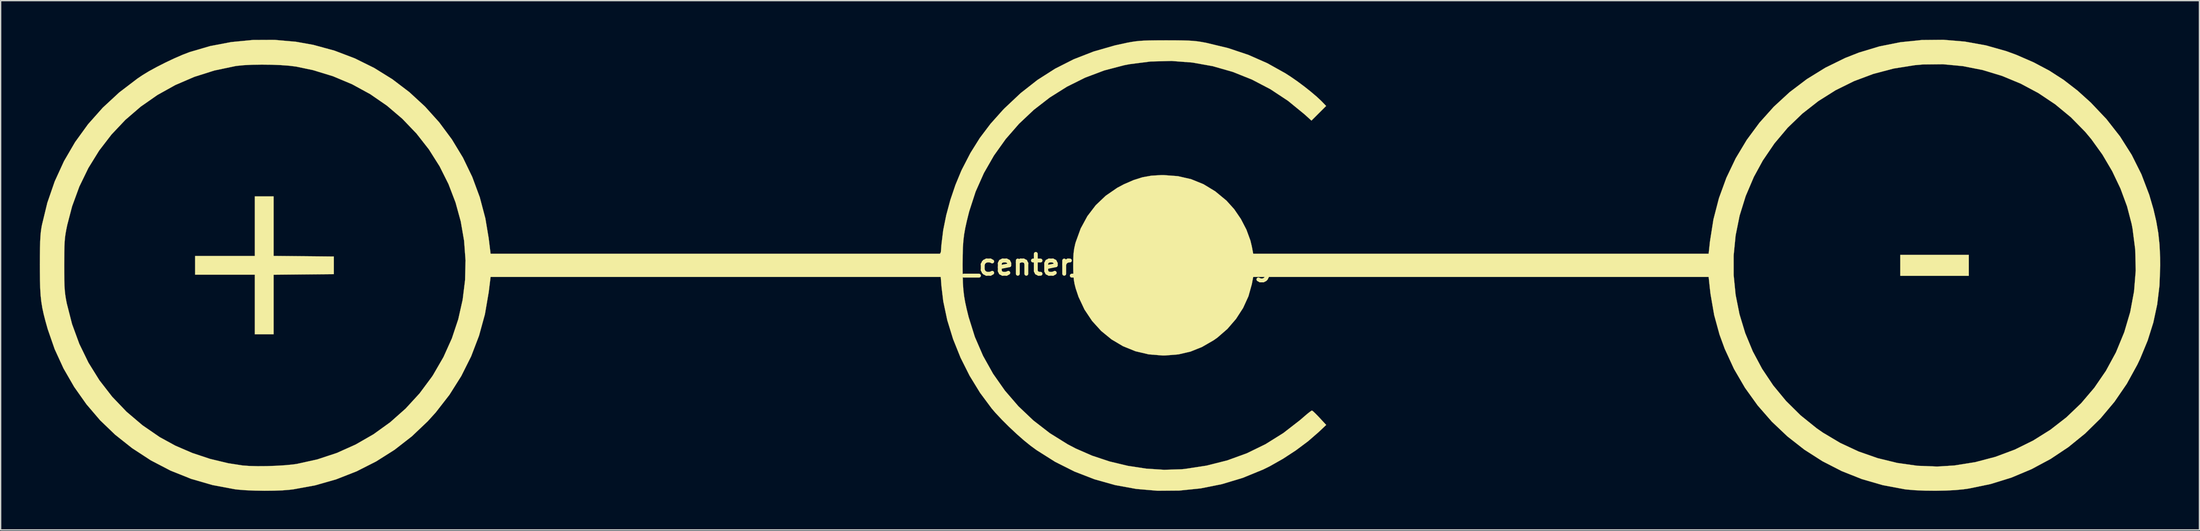
<source format=kicad_pcb>
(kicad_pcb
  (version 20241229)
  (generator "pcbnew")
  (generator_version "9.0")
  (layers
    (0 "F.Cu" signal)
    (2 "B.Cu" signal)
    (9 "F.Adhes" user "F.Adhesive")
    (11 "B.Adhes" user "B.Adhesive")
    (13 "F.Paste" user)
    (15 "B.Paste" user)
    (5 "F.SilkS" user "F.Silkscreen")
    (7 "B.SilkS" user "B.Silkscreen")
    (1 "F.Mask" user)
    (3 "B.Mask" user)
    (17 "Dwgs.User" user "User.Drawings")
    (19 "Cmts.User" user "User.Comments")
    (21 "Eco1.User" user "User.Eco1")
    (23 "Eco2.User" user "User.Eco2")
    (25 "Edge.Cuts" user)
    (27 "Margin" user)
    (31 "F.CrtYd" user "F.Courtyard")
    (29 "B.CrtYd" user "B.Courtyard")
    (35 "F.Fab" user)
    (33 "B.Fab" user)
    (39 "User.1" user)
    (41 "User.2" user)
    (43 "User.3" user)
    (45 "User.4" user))
  (footprint "dc_center_negative_big"
    (layer "F.Cu")
    (at 81.243 17.271)
    (property "Reference" "dc_center_negative_big" (at 0 0 0) (layer "F.SilkS") (effects (font (size 1.524 1.524) (thickness 0.3))))
    (attr through_hole)
    (fp_poly (pts (xy 66.548 0.847) (xy 61.299 0.847) (xy 61.299 -0.762) (xy 66.548 -0.762) (xy 66.548 0.847)) (stroke (width 0.01) (type solid)) (fill yes) (layer "F.SilkS"))
    (fp_poly (pts (xy -63.331 -0.68) (xy -61.023 -0.658) (xy -58.716 -0.635) (xy -58.716 0.72) (xy -61.023 0.742) (xy -63.331 0.765) (xy -63.331 5.334) (xy -64.77 5.334) (xy -64.77 0.762) (xy -69.342 0.762) (xy -69.342 -0.677) (xy -64.77 -0.677) (xy -64.77 -5.249) (xy -63.331 -5.249) (xy -63.331 -0.68)) (stroke (width 0.01) (type solid)) (fill yes) (layer "F.SilkS"))
    (fp_poly (pts (xy 66.245 -17.129) (xy 67.855 -16.839) (xy 69.417 -16.397) (xy 70.189 -16.114) (xy 71.511 -15.538) (xy 72.706 -14.905) (xy 73.814 -14.191) (xy 74.875 -13.37) (xy 75.895 -12.448) (xy 77.091 -11.184) (xy 78.135 -9.849) (xy 79.028 -8.437) (xy 79.773 -6.945) (xy 80.373 -5.368) (xy 80.691 -4.28) (xy 80.909 -3.343) (xy 81.064 -2.45) (xy 81.16 -1.543) (xy 81.206 -0.563) (xy 81.213 0.042) (xy 81.157 1.588) (xy 80.983 3.041) (xy 80.684 4.439) (xy 80.25 5.818) (xy 79.673 7.216) (xy 79.462 7.662) (xy 78.653 9.136) (xy 77.711 10.513) (xy 76.645 11.785) (xy 75.466 12.946) (xy 74.183 13.989) (xy 72.808 14.906) (xy 71.348 15.689) (xy 69.816 16.333) (xy 68.221 16.828) (xy 66.573 17.169) (xy 66.154 17.23) (xy 65.526 17.291) (xy 64.789 17.329) (xy 63.997 17.344) (xy 63.2 17.336) (xy 62.452 17.304) (xy 61.804 17.25) (xy 61.637 17.229) (xy 59.967 16.916) (xy 58.355 16.449) (xy 56.809 15.834) (xy 55.337 15.078) (xy 53.949 14.189) (xy 52.653 13.174) (xy 51.457 12.04) (xy 50.37 10.794) (xy 49.401 9.443) (xy 48.558 7.995) (xy 47.85 6.456) (xy 47.448 5.356) (xy 47.04 3.862) (xy 46.763 2.263) (xy 46.718 1.884) (xy 46.615 0.931) (xy 11.723 0.931) (xy 11.616 1.494) (xy 11.358 2.417) (xy 10.949 3.314) (xy 10.405 4.157) (xy 9.745 4.923) (xy 8.987 5.583) (xy 8.689 5.794) (xy 7.804 6.306) (xy 6.917 6.664) (xy 5.99 6.878) (xy 4.987 6.96) (xy 4.784 6.962) (xy 3.718 6.876) (xy 2.701 6.636) (xy 1.746 6.249) (xy 0.866 5.726) (xy 0.072 5.076) (xy -0.622 4.31) (xy -1.204 3.436) (xy -1.661 2.464) (xy -1.876 1.82) (xy -1.965 1.472) (xy -2.022 1.134) (xy -2.055 0.756) (xy -2.068 0.283) (xy -2.069 0.042) (xy -2.062 -0.486) (xy -2.049 -0.726) (xy 48.532 -0.726) (xy 48.533 0.799) (xy 48.683 2.309) (xy 48.979 3.794) (xy 49.418 5.243) (xy 49.997 6.644) (xy 50.713 7.986) (xy 51.563 9.259) (xy 52.545 10.45) (xy 53.654 11.55) (xy 54.888 12.546) (xy 55.372 12.883) (xy 56.7 13.675) (xy 58.105 14.33) (xy 59.57 14.843) (xy 61.074 15.21) (xy 62.598 15.425) (xy 64.122 15.484) (xy 65.43 15.404) (xy 67.039 15.148) (xy 68.59 14.739) (xy 70.073 14.184) (xy 71.48 13.489) (xy 72.802 12.66) (xy 74.029 11.705) (xy 75.153 10.629) (xy 76.164 9.439) (xy 77.053 8.14) (xy 77.812 6.741) (xy 77.837 6.686) (xy 78.458 5.175) (xy 78.915 3.625) (xy 79.209 2.045) (xy 79.337 0.445) (xy 79.299 -1.166) (xy 79.093 -2.777) (xy 79.025 -3.133) (xy 78.672 -4.487) (xy 78.17 -5.848) (xy 77.535 -7.182) (xy 76.784 -8.459) (xy 75.932 -9.645) (xy 75.456 -10.214) (xy 74.367 -11.323) (xy 73.171 -12.312) (xy 71.884 -13.174) (xy 70.518 -13.904) (xy 69.09 -14.497) (xy 67.614 -14.945) (xy 66.104 -15.245) (xy 64.574 -15.39) (xy 63.04 -15.374) (xy 62.417 -15.32) (xy 60.799 -15.062) (xy 59.242 -14.652) (xy 57.755 -14.095) (xy 56.345 -13.397) (xy 55.022 -12.563) (xy 53.794 -11.601) (xy 52.669 -10.516) (xy 51.657 -9.313) (xy 50.764 -7.999) (xy 50.079 -6.742) (xy 49.454 -5.273) (xy 48.989 -3.773) (xy 48.683 -2.253) (xy 48.532 -0.726) (xy -2.049 -0.726) (xy -2.039 -0.898) (xy -1.992 -1.246) (xy -1.918 -1.584) (xy -1.876 -1.736) (xy -1.496 -2.784) (xy -0.982 -3.732) (xy -0.34 -4.573) (xy 0.426 -5.301) (xy 1.31 -5.91) (xy 1.82 -6.181) (xy 2.557 -6.501) (xy 3.235 -6.715) (xy 3.916 -6.838) (xy 4.662 -6.883) (xy 4.868 -6.883) (xy 5.951 -6.802) (xy 6.964 -6.57) (xy 7.915 -6.183) (xy 8.813 -5.637) (xy 9.667 -4.93) (xy 9.68 -4.917) (xy 10.263 -4.27) (xy 10.779 -3.514) (xy 11.202 -2.697) (xy 11.507 -1.865) (xy 11.616 -1.41) (xy 11.723 -0.847) (xy 46.615 -0.847) (xy 46.718 -1.799) (xy 46.983 -3.482) (xy 47.404 -5.111) (xy 47.975 -6.676) (xy 48.687 -8.169) (xy 49.534 -9.581) (xy 50.51 -10.904) (xy 51.607 -12.129) (xy 52.818 -13.246) (xy 54.137 -14.247) (xy 55.556 -15.124) (xy 57.069 -15.868) (xy 58.124 -16.284) (xy 59.697 -16.76) (xy 61.314 -17.082) (xy 62.956 -17.251) (xy 64.606 -17.266) (xy 66.245 -17.129)) (stroke (width 0.01) (type solid)) (fill yes) (layer "F.SilkS"))
    (fp_poly (pts (xy -61.617 -17.116) (xy -60.296 -16.88) (xy -58.664 -16.434) (xy -57.103 -15.839) (xy -55.622 -15.105) (xy -54.228 -14.238) (xy -52.928 -13.248) (xy -51.731 -12.144) (xy -50.642 -10.932) (xy -49.671 -9.622) (xy -48.824 -8.222) (xy -48.11 -6.74) (xy -47.535 -5.185) (xy -47.107 -3.565) (xy -46.853 -2.044) (xy -46.706 -0.847) (xy -12.217 -0.847) (xy -12.16 -1.587) (xy -12.028 -2.658) (xy -11.797 -3.804) (xy -11.481 -4.977) (xy -11.094 -6.125) (xy -10.65 -7.198) (xy -10.595 -7.315) (xy -9.943 -8.58) (xy -9.225 -9.73) (xy -8.409 -10.812) (xy -7.464 -11.872) (xy -7.33 -12.01) (xy -6.095 -13.174) (xy -4.808 -14.185) (xy -3.456 -15.049) (xy -2.025 -15.775) (xy -0.502 -16.368) (xy 1.126 -16.836) (xy 2.032 -17.035) (xy 2.368 -17.098) (xy 2.679 -17.145) (xy 2.997 -17.18) (xy 3.355 -17.203) (xy 3.782 -17.218) (xy 4.311 -17.225) (xy 4.974 -17.228) (xy 5.08 -17.228) (xy 5.762 -17.226) (xy 6.307 -17.219) (xy 6.745 -17.206) (xy 7.108 -17.184) (xy 7.428 -17.152) (xy 7.736 -17.106) (xy 8.063 -17.046) (xy 8.128 -17.033) (xy 9.79 -16.633) (xy 11.342 -16.114) (xy 12.801 -15.471) (xy 14.186 -14.696) (xy 14.605 -14.426) (xy 15.107 -14.077) (xy 15.631 -13.686) (xy 16.137 -13.284) (xy 16.585 -12.903) (xy 16.935 -12.576) (xy 16.973 -12.537) (xy 17.31 -12.189) (xy 16.747 -11.627) (xy 16.185 -11.065) (xy 15.649 -11.551) (xy 14.387 -12.584) (xy 13.043 -13.473) (xy 11.628 -14.214) (xy 10.153 -14.804) (xy 8.628 -15.241) (xy 7.065 -15.521) (xy 5.473 -15.642) (xy 3.864 -15.601) (xy 2.249 -15.395) (xy 1.828 -15.313) (xy 0.308 -14.914) (xy -1.154 -14.362) (xy -2.548 -13.667) (xy -3.863 -12.839) (xy -5.09 -11.888) (xy -6.219 -10.822) (xy -7.238 -9.652) (xy -8.139 -8.388) (xy -8.912 -7.038) (xy -9.545 -5.613) (xy -10.029 -4.121) (xy -10.067 -3.978) (xy -10.223 -3.35) (xy -10.341 -2.815) (xy -10.426 -2.328) (xy -10.484 -1.848) (xy -10.519 -1.33) (xy -10.536 -0.732) (xy -10.541 -0.011) (xy -10.541 0.042) (xy -10.537 0.775) (xy -10.52 1.382) (xy -10.486 1.905) (xy -10.43 2.387) (xy -10.347 2.872) (xy -10.231 3.4) (xy -10.079 4.017) (xy -10.077 4.023) (xy -9.603 5.538) (xy -8.976 6.989) (xy -8.206 8.367) (xy -7.3 9.659) (xy -6.268 10.857) (xy -5.119 11.949) (xy -3.86 12.924) (xy -2.5 13.773) (xy -1.876 14.101) (xy -0.617 14.652) (xy 0.725 15.097) (xy 2.115 15.43) (xy 3.518 15.645) (xy 4.9 15.735) (xy 6.227 15.694) (xy 6.477 15.67) (xy 8.149 15.414) (xy 9.735 15.013) (xy 11.24 14.465) (xy 12.668 13.767) (xy 14.026 12.918) (xy 15.317 11.916) (xy 15.549 11.714) (xy 15.817 11.483) (xy 16.04 11.304) (xy 16.188 11.201) (xy 16.226 11.186) (xy 16.313 11.249) (xy 16.482 11.408) (xy 16.704 11.635) (xy 16.806 11.744) (xy 17.314 12.292) (xy 16.738 12.838) (xy 15.927 13.543) (xy 14.998 14.238) (xy 14.006 14.888) (xy 13 15.458) (xy 12.483 15.714) (xy 10.919 16.355) (xy 9.317 16.838) (xy 7.689 17.163) (xy 6.045 17.331) (xy 4.399 17.344) (xy 2.762 17.203) (xy 1.147 16.909) (xy -0.436 16.464) (xy -1.973 15.868) (xy -3.453 15.123) (xy -4.864 14.231) (xy -5.346 13.878) (xy -5.844 13.475) (xy -6.403 12.982) (xy -6.98 12.44) (xy -7.534 11.887) (xy -8.023 11.365) (xy -8.312 11.029) (xy -9.206 9.824) (xy -10.005 8.517) (xy -10.698 7.134) (xy -11.272 5.703) (xy -11.718 4.251) (xy -12.024 2.805) (xy -12.16 1.672) (xy -12.217 0.931) (xy -46.706 0.931) (xy -46.849 2.096) (xy -47.14 3.798) (xy -47.591 5.444) (xy -48.196 7.028) (xy -48.953 8.542) (xy -49.857 9.978) (xy -50.905 11.328) (xy -51.521 12.01) (xy -52.736 13.165) (xy -54.059 14.196) (xy -55.476 15.094) (xy -56.972 15.853) (xy -58.535 16.467) (xy -60.151 16.929) (xy -61.806 17.232) (xy -62.103 17.268) (xy -62.65 17.313) (xy -63.308 17.338) (xy -64.028 17.345) (xy -64.757 17.333) (xy -65.446 17.304) (xy -66.043 17.258) (xy -66.294 17.228) (xy -68.002 16.908) (xy -69.646 16.432) (xy -71.223 15.8) (xy -72.734 15.012) (xy -74.176 14.07) (xy -75.474 13.039) (xy -76.62 11.936) (xy -77.67 10.706) (xy -78.61 9.373) (xy -79.426 7.956) (xy -80.104 6.478) (xy -80.63 4.961) (xy -80.645 4.911) (xy -80.814 4.307) (xy -80.948 3.784) (xy -81.051 3.307) (xy -81.126 2.844) (xy -81.179 2.361) (xy -81.212 1.824) (xy -81.23 1.201) (xy -81.237 0.458) (xy -81.238 0.042) (xy -81.238 0) (xy -79.372 0) (xy -79.371 0.668) (xy -79.365 1.199) (xy -79.352 1.625) (xy -79.329 1.981) (xy -79.294 2.297) (xy -79.246 2.607) (xy -79.182 2.944) (xy -79.18 2.955) (xy -78.773 4.549) (xy -78.217 6.07) (xy -77.516 7.512) (xy -76.676 8.865) (xy -75.703 10.122) (xy -74.601 11.276) (xy -73.376 12.318) (xy -72.051 13.23) (xy -70.861 13.882) (xy -69.562 14.443) (xy -68.199 14.897) (xy -66.814 15.23) (xy -65.697 15.403) (xy -65.186 15.44) (xy -64.558 15.456) (xy -63.861 15.451) (xy -63.148 15.427) (xy -62.466 15.386) (xy -61.867 15.328) (xy -61.553 15.284) (xy -59.991 14.94) (xy -58.483 14.441) (xy -57.041 13.793) (xy -55.674 13.006) (xy -54.396 12.085) (xy -53.217 11.038) (xy -52.149 9.873) (xy -51.203 8.597) (xy -51.117 8.467) (xy -50.316 7.082) (xy -49.672 5.649) (xy -49.183 4.179) (xy -48.847 2.684) (xy -48.661 1.175) (xy -48.625 -0.338) (xy -48.736 -1.843) (xy -48.992 -3.328) (xy -49.392 -4.783) (xy -49.933 -6.197) (xy -50.613 -7.557) (xy -51.432 -8.854) (xy -52.386 -10.075) (xy -53.473 -11.21) (xy -54.641 -12.207) (xy -55.93 -13.097) (xy -57.316 -13.854) (xy -58.783 -14.471) (xy -60.315 -14.94) (xy -61.607 -15.211) (xy -62.138 -15.277) (xy -62.783 -15.325) (xy -63.498 -15.354) (xy -64.237 -15.362) (xy -64.955 -15.351) (xy -65.607 -15.319) (xy -66.146 -15.266) (xy -66.252 -15.25) (xy -67.864 -14.911) (xy -69.404 -14.423) (xy -70.863 -13.794) (xy -72.235 -13.029) (xy -73.511 -12.137) (xy -74.686 -11.124) (xy -75.75 -9.997) (xy -76.698 -8.763) (xy -77.522 -7.428) (xy -78.215 -6) (xy -78.768 -4.486) (xy -79.142 -3.053) (xy -79.216 -2.695) (xy -79.272 -2.383) (xy -79.313 -2.084) (xy -79.34 -1.763) (xy -79.358 -1.39) (xy -79.367 -0.929) (xy -79.371 -0.349) (xy -79.372 0) (xy -81.238 0) (xy -81.236 -0.7) (xy -81.229 -1.3) (xy -81.215 -1.784) (xy -81.194 -2.178) (xy -81.165 -2.511) (xy -81.124 -2.807) (xy -81.081 -3.048) (xy -80.665 -4.764) (xy -80.101 -6.4) (xy -79.391 -7.952) (xy -78.539 -9.415) (xy -77.548 -10.785) (xy -76.42 -12.056) (xy -75.159 -13.225) (xy -73.767 -14.288) (xy -73.364 -14.56) (xy -72.876 -14.856) (xy -72.278 -15.183) (xy -71.619 -15.518) (xy -70.949 -15.836) (xy -70.316 -16.112) (xy -69.77 -16.323) (xy -69.762 -16.325) (xy -68.198 -16.784) (xy -66.575 -17.093) (xy -64.92 -17.253) (xy -63.259 -17.261) (xy -61.617 -17.116)) (stroke (width 0.01) (type solid)) (fill yes) (layer "F.SilkS")))
  (gr_rect
    (start -3 -3)
    (end 165.46 37.621)
    (stroke (width 0.1) (type default))
    (fill no)
    (layer "Edge.Cuts")))
</source>
